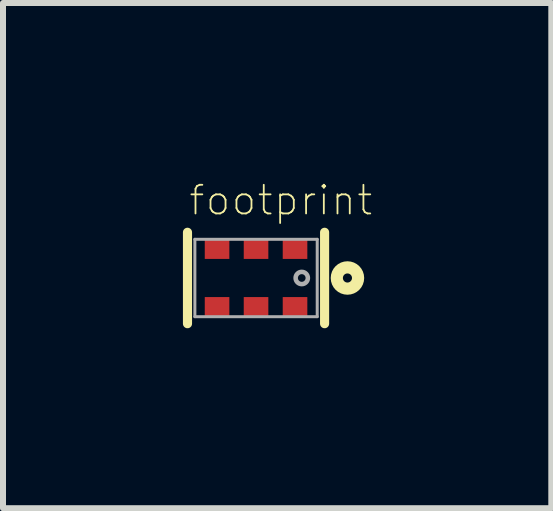
<source format=kicad_pcb>
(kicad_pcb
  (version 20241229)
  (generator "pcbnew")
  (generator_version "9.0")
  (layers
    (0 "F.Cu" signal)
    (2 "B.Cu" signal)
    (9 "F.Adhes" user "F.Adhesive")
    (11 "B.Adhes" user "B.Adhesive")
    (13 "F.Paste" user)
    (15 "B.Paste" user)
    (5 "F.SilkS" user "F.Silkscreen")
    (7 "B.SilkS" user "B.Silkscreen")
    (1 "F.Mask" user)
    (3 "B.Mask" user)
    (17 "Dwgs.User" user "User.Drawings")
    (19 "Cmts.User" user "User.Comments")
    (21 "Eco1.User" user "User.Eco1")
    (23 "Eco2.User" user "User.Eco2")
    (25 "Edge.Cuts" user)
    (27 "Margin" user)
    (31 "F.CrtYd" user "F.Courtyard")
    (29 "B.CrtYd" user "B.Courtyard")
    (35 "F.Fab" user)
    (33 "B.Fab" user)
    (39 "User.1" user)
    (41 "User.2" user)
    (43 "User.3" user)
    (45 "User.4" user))
  (footprint "footprint"
    (layer "F.Cu")
    (at 1.219 1.585)
    (property "Reference" "footprint" (at -1.143 -1.016 0) (layer "F.SilkS") (effects (font (size 0.478 0.478) (thickness 0.03)) (justify left bottom)))
    (fp_line (start -1.143 -0.762) (end -1.143 0.762) (stroke (width 0.152) (type solid)) (layer "F.SilkS"))
    (fp_line (start 1.143 0.762) (end 1.143 -0.762) (stroke (width 0.152) (type solid)) (layer "F.SilkS"))
    (fp_circle (center 1.524 0) (end 1.6 0) (stroke (width 0.203) (type solid)) (fill no) (layer "F.SilkS"))
    (fp_line (start -1.02 -0.645) (end -1.02 0.645) (stroke (width 0.05) (type solid)) (layer "F.Fab"))
    (fp_line (start -1.02 0.645) (end 1.02 0.645) (stroke (width 0.05) (type solid)) (layer "F.Fab"))
    (fp_line (start 1.02 -0.645) (end -1.02 -0.645) (stroke (width 0.05) (type solid)) (layer "F.Fab"))
    (fp_line (start 1.02 0.645) (end 1.02 -0.645) (stroke (width 0.05) (type solid)) (layer "F.Fab"))
    (fp_circle (center 0.762 0) (end 0.864 0) (stroke (width 0.076) (type solid)) (fill no) (layer "F.Fab"))
    (pad "1" smd rect (at 0.65 -0.483 270) (size 0.33 0.41) (layers "F.Cu" "F.Mask" "F.Paste"))
    (pad "2" smd rect (at 0 -0.483 270) (size 0.33 0.41) (layers "F.Cu" "F.Mask" "F.Paste"))
    (pad "3" smd rect (at -0.65 -0.483 270) (size 0.33 0.41) (layers "F.Cu" "F.Mask" "F.Paste"))
    (pad "4" smd rect (at -0.65 0.483 270) (size 0.33 0.41) (layers "F.Cu" "F.Mask" "F.Paste"))
    (pad "5" smd rect (at 0 0.483 270) (size 0.33 0.41) (layers "F.Cu" "F.Mask" "F.Paste"))
    (pad "6" smd rect (at 0.65 0.483 270) (size 0.33 0.41) (layers "F.Cu" "F.Mask" "F.Paste")))
  (gr_rect
    (start -3 -3)
    (end 6.142 5.423)
    (stroke (width 0.1) (type default))
    (fill no)
    (layer "Edge.Cuts")))
</source>
